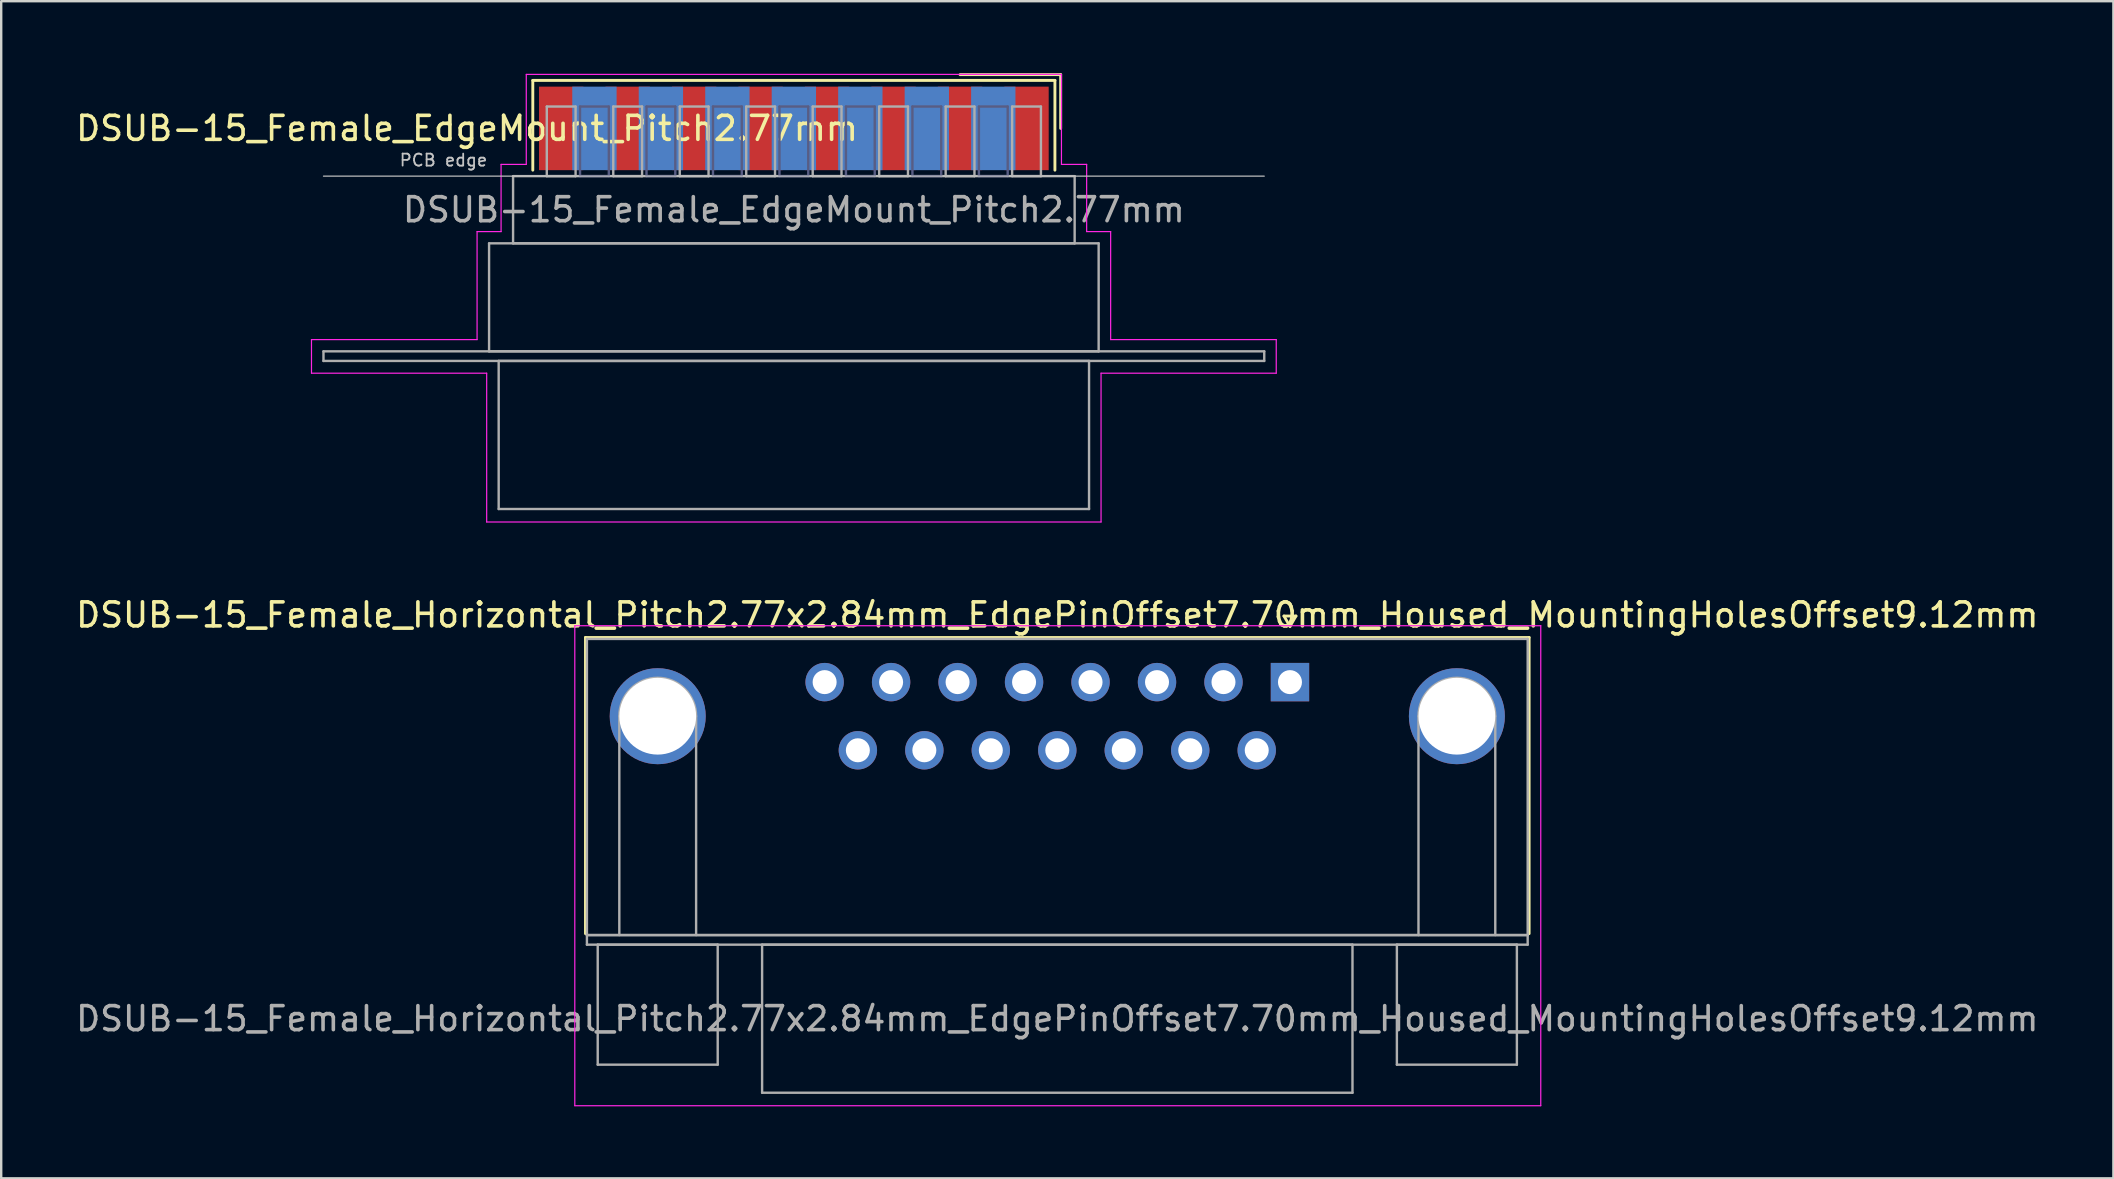
<source format=kicad_pcb>
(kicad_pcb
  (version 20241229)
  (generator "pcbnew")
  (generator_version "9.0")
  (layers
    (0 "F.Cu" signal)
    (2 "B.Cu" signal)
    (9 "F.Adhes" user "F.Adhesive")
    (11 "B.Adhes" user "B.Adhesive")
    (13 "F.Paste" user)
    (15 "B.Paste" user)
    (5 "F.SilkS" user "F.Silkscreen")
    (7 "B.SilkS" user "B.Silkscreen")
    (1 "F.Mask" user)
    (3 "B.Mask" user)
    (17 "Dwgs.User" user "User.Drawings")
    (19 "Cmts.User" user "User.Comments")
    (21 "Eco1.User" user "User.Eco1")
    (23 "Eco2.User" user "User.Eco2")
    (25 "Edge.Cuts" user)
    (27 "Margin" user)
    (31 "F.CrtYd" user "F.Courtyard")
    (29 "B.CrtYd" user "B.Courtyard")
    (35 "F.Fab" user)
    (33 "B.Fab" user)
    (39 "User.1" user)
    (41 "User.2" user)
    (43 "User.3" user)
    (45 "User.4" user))
  (footprint "DSUB-15_Female_Horizontal_Pitch2.77x2.84mm_EdgePinOffset7.70mm_Housed_MountingHolesOffset9.12mm"
    (layer "F.Cu")
    (at 50.701 25.373)
    (property "Reference" "DSUB-15_Female_Horizontal_Pitch2.77x2.84mm_EdgePinOffset7.70mm_Housed_MountingHolesOffset9.12mm" (at -9.695 -2.8 0) (layer "F.SilkS") (effects (font (size 1 1) (thickness 0.15))))
    (attr through_hole)
    (fp_line (start -29.355 -1.86) (end 9.965 -1.86) (stroke (width 0.12) (type solid)) (layer "F.SilkS"))
    (fp_line (start -29.355 10.48) (end -29.355 -1.86) (stroke (width 0.12) (type solid)) (layer "F.SilkS"))
    (fp_line (start -0.25 -2.754) (end 0.25 -2.754) (stroke (width 0.12) (type solid)) (layer "F.SilkS"))
    (fp_line (start 0 -2.321) (end -0.25 -2.754) (stroke (width 0.12) (type solid)) (layer "F.SilkS"))
    (fp_line (start 0.25 -2.754) (end 0 -2.321) (stroke (width 0.12) (type solid)) (layer "F.SilkS"))
    (fp_line (start 9.965 -1.86) (end 9.965 10.48) (stroke (width 0.12) (type solid)) (layer "F.SilkS"))
    (fp_line (start -29.8 -2.35) (end -29.8 17.65) (stroke (width 0.05) (type solid)) (layer "F.CrtYd"))
    (fp_line (start -29.8 17.65) (end 10.45 17.65) (stroke (width 0.05) (type solid)) (layer "F.CrtYd"))
    (fp_line (start 10.45 -2.35) (end -29.8 -2.35) (stroke (width 0.05) (type solid)) (layer "F.CrtYd"))
    (fp_line (start 10.45 17.65) (end 10.45 -2.35) (stroke (width 0.05) (type solid)) (layer "F.CrtYd"))
    (fp_line (start -29.295 -1.8) (end -29.295 10.54) (stroke (width 0.1) (type solid)) (layer "F.Fab"))
    (fp_line (start -29.295 10.54) (end -29.295 10.94) (stroke (width 0.1) (type solid)) (layer "F.Fab"))
    (fp_line (start -29.295 10.54) (end 9.905 10.54) (stroke (width 0.1) (type solid)) (layer "F.Fab"))
    (fp_line (start -29.295 10.94) (end 9.905 10.94) (stroke (width 0.1) (type solid)) (layer "F.Fab"))
    (fp_line (start -28.845 10.94) (end -28.845 15.94) (stroke (width 0.1) (type solid)) (layer "F.Fab"))
    (fp_line (start -28.845 15.94) (end -23.845 15.94) (stroke (width 0.1) (type solid)) (layer "F.Fab"))
    (fp_line (start -27.945 10.54) (end -27.945 1.42) (stroke (width 0.1) (type solid)) (layer "F.Fab"))
    (fp_line (start -24.745 10.54) (end -24.745 1.42) (stroke (width 0.1) (type solid)) (layer "F.Fab"))
    (fp_line (start -23.845 10.94) (end -28.845 10.94) (stroke (width 0.1) (type solid)) (layer "F.Fab"))
    (fp_line (start -23.845 15.94) (end -23.845 10.94) (stroke (width 0.1) (type solid)) (layer "F.Fab"))
    (fp_line (start -21.995 10.94) (end -21.995 17.11) (stroke (width 0.1) (type solid)) (layer "F.Fab"))
    (fp_line (start -21.995 17.11) (end 2.605 17.11) (stroke (width 0.1) (type solid)) (layer "F.Fab"))
    (fp_line (start 2.605 10.94) (end -21.995 10.94) (stroke (width 0.1) (type solid)) (layer "F.Fab"))
    (fp_line (start 2.605 17.11) (end 2.605 10.94) (stroke (width 0.1) (type solid)) (layer "F.Fab"))
    (fp_line (start 4.455 10.94) (end 4.455 15.94) (stroke (width 0.1) (type solid)) (layer "F.Fab"))
    (fp_line (start 4.455 15.94) (end 9.455 15.94) (stroke (width 0.1) (type solid)) (layer "F.Fab"))
    (fp_line (start 5.355 10.54) (end 5.355 1.42) (stroke (width 0.1) (type solid)) (layer "F.Fab"))
    (fp_line (start 8.555 10.54) (end 8.555 1.42) (stroke (width 0.1) (type solid)) (layer "F.Fab"))
    (fp_line (start 9.455 10.94) (end 4.455 10.94) (stroke (width 0.1) (type solid)) (layer "F.Fab"))
    (fp_line (start 9.455 15.94) (end 9.455 10.94) (stroke (width 0.1) (type solid)) (layer "F.Fab"))
    (fp_line (start 9.905 -1.8) (end -29.295 -1.8) (stroke (width 0.1) (type solid)) (layer "F.Fab"))
    (fp_line (start 9.905 10.54) (end -29.295 10.54) (stroke (width 0.1) (type solid)) (layer "F.Fab"))
    (fp_line (start 9.905 10.54) (end 9.905 -1.8) (stroke (width 0.1) (type solid)) (layer "F.Fab"))
    (fp_line (start 9.905 10.94) (end 9.905 10.54) (stroke (width 0.1) (type solid)) (layer "F.Fab"))
    (fp_arc (start -27.945 1.42) (mid -26.345 -0.18) (end -24.745 1.42) (stroke (width 0.1) (type solid)) (layer "F.Fab"))
    (fp_arc (start 5.355 1.42) (mid 6.955 -0.18) (end 8.555 1.42) (stroke (width 0.1) (type solid)) (layer "F.Fab"))
    (fp_text user "${REFERENCE}" (at -9.695 14.025 0) (layer "F.Fab") (effects (font (size 1 1) (thickness 0.15))))
    (pad "0" thru_hole circle (at -26.345 1.42) (size 4 4) (drill 3.2) (layers "*.Cu" "*.Mask"))
    (pad "0" thru_hole circle (at 6.955 1.42) (size 4 4) (drill 3.2) (layers "*.Cu" "*.Mask"))
    (pad "1" thru_hole rect (at 0 0) (size 1.6 1.6) (drill 1) (layers "*.Cu" "*.Mask"))
    (pad "2" thru_hole circle (at -2.77 0) (size 1.6 1.6) (drill 1) (layers "*.Cu" "*.Mask"))
    (pad "3" thru_hole circle (at -5.54 0) (size 1.6 1.6) (drill 1) (layers "*.Cu" "*.Mask"))
    (pad "4" thru_hole circle (at -8.31 0) (size 1.6 1.6) (drill 1) (layers "*.Cu" "*.Mask"))
    (pad "5" thru_hole circle (at -11.08 0) (size 1.6 1.6) (drill 1) (layers "*.Cu" "*.Mask"))
    (pad "6" thru_hole circle (at -13.85 0) (size 1.6 1.6) (drill 1) (layers "*.Cu" "*.Mask"))
    (pad "7" thru_hole circle (at -16.62 0) (size 1.6 1.6) (drill 1) (layers "*.Cu" "*.Mask"))
    (pad "8" thru_hole circle (at -19.39 0) (size 1.6 1.6) (drill 1) (layers "*.Cu" "*.Mask"))
    (pad "9" thru_hole circle (at -1.385 2.84) (size 1.6 1.6) (drill 1) (layers "*.Cu" "*.Mask"))
    (pad "10" thru_hole circle (at -4.155 2.84) (size 1.6 1.6) (drill 1) (layers "*.Cu" "*.Mask"))
    (pad "11" thru_hole circle (at -6.925 2.84) (size 1.6 1.6) (drill 1) (layers "*.Cu" "*.Mask"))
    (pad "12" thru_hole circle (at -9.695 2.84) (size 1.6 1.6) (drill 1) (layers "*.Cu" "*.Mask"))
    (pad "13" thru_hole circle (at -12.465 2.84) (size 1.6 1.6) (drill 1) (layers "*.Cu" "*.Mask"))
    (pad "14" thru_hole circle (at -15.235 2.84) (size 1.6 1.6) (drill 1) (layers "*.Cu" "*.Mask"))
    (pad "15" thru_hole circle (at -18.005 2.84) (size 1.6 1.6) (drill 1) (layers "*.Cu" "*.Mask")))
  (footprint "DSUB-15_Female_EdgeMount_Pitch2.77mm"
    (layer "F.Cu")
    (at 30.029 2.3)
    (property "Reference" "DSUB-15_Female_EdgeMount_Pitch2.77mm" (at -13.618 0 0) (layer "F.SilkS") (effects (font (size 1 1) (thickness 0.15))))
    (attr smd)
    (fp_line (start -10.878 -2) (end -10.878 1.74) (stroke (width 0.12) (type solid)) (layer "F.SilkS"))
    (fp_line (start 10.878 -2) (end -10.878 -2) (stroke (width 0.12) (type solid)) (layer "F.SilkS"))
    (fp_line (start 10.878 1.74) (end 10.878 -2) (stroke (width 0.12) (type solid)) (layer "F.SilkS"))
    (fp_line (start 11.118 -2.24) (end 6.925 -2.24) (stroke (width 0.12) (type solid)) (layer "F.SilkS"))
    (fp_line (start 11.118 0) (end 11.118 -2.24) (stroke (width 0.12) (type solid)) (layer "F.SilkS"))
    (fp_line (start -19.6 1.99) (end 19.6 1.99) (stroke (width 0.05) (type solid)) (layer "Dwgs.User"))
    (fp_line (start -20.1 8.8) (end -13.2 8.8) (stroke (width 0.05) (type solid)) (layer "F.CrtYd"))
    (fp_line (start -20.1 10.2) (end -20.1 8.8) (stroke (width 0.05) (type solid)) (layer "F.CrtYd"))
    (fp_line (start -13.2 4.3) (end -12.2 4.3) (stroke (width 0.05) (type solid)) (layer "F.CrtYd"))
    (fp_line (start -13.2 8.8) (end -13.2 4.3) (stroke (width 0.05) (type solid)) (layer "F.CrtYd"))
    (fp_line (start -12.8 10.2) (end -20.1 10.2) (stroke (width 0.05) (type solid)) (layer "F.CrtYd"))
    (fp_line (start -12.8 16.4) (end -12.8 10.2) (stroke (width 0.05) (type solid)) (layer "F.CrtYd"))
    (fp_line (start -12.2 1.5) (end -11.15 1.5) (stroke (width 0.05) (type solid)) (layer "F.CrtYd"))
    (fp_line (start -12.2 4.3) (end -12.2 1.5) (stroke (width 0.05) (type solid)) (layer "F.CrtYd"))
    (fp_line (start -11.15 -2.25) (end 11.15 -2.25) (stroke (width 0.05) (type solid)) (layer "F.CrtYd"))
    (fp_line (start -11.15 1.5) (end -11.15 -2.25) (stroke (width 0.05) (type solid)) (layer "F.CrtYd"))
    (fp_line (start 11.15 -2.25) (end 11.15 1.5) (stroke (width 0.05) (type solid)) (layer "F.CrtYd"))
    (fp_line (start 11.15 1.5) (end 12.2 1.5) (stroke (width 0.05) (type solid)) (layer "F.CrtYd"))
    (fp_line (start 12.2 1.5) (end 12.2 4.3) (stroke (width 0.05) (type solid)) (layer "F.CrtYd"))
    (fp_line (start 12.2 4.3) (end 13.2 4.3) (stroke (width 0.05) (type solid)) (layer "F.CrtYd"))
    (fp_line (start 12.8 10.2) (end 12.8 16.4) (stroke (width 0.05) (type solid)) (layer "F.CrtYd"))
    (fp_line (start 12.8 16.4) (end -12.8 16.4) (stroke (width 0.05) (type solid)) (layer "F.CrtYd"))
    (fp_line (start 13.2 4.3) (end 13.2 8.8) (stroke (width 0.05) (type solid)) (layer "F.CrtYd"))
    (fp_line (start 13.2 8.8) (end 20.1 8.8) (stroke (width 0.05) (type solid)) (layer "F.CrtYd"))
    (fp_line (start 20.1 8.8) (end 20.1 10.2) (stroke (width 0.05) (type solid)) (layer "F.CrtYd"))
    (fp_line (start 20.1 10.2) (end 12.8 10.2) (stroke (width 0.05) (type solid)) (layer "F.CrtYd"))
    (fp_line (start -8.91 -0.91) (end -8.91 1.99) (stroke (width 0.1) (type solid)) (layer "B.Fab"))
    (fp_line (start -8.91 1.99) (end -7.71 1.99) (stroke (width 0.1) (type solid)) (layer "B.Fab"))
    (fp_line (start -7.71 -0.91) (end -8.91 -0.91) (stroke (width 0.1) (type solid)) (layer "B.Fab"))
    (fp_line (start -7.71 1.99) (end -7.71 -0.91) (stroke (width 0.1) (type solid)) (layer "B.Fab"))
    (fp_line (start -6.14 -0.91) (end -6.14 1.99) (stroke (width 0.1) (type solid)) (layer "B.Fab"))
    (fp_line (start -6.14 1.99) (end -4.94 1.99) (stroke (width 0.1) (type solid)) (layer "B.Fab"))
    (fp_line (start -4.94 -0.91) (end -6.14 -0.91) (stroke (width 0.1) (type solid)) (layer "B.Fab"))
    (fp_line (start -4.94 1.99) (end -4.94 -0.91) (stroke (width 0.1) (type solid)) (layer "B.Fab"))
    (fp_line (start -3.37 -0.91) (end -3.37 1.99) (stroke (width 0.1) (type solid)) (layer "B.Fab"))
    (fp_line (start -3.37 1.99) (end -2.17 1.99) (stroke (width 0.1) (type solid)) (layer "B.Fab"))
    (fp_line (start -2.17 -0.91) (end -3.37 -0.91) (stroke (width 0.1) (type solid)) (layer "B.Fab"))
    (fp_line (start -2.17 1.99) (end -2.17 -0.91) (stroke (width 0.1) (type solid)) (layer "B.Fab"))
    (fp_line (start -0.6 -0.91) (end -0.6 1.99) (stroke (width 0.1) (type solid)) (layer "B.Fab"))
    (fp_line (start -0.6 1.99) (end 0.6 1.99) (stroke (width 0.1) (type solid)) (layer "B.Fab"))
    (fp_line (start 0.6 -0.91) (end -0.6 -0.91) (stroke (width 0.1) (type solid)) (layer "B.Fab"))
    (fp_line (start 0.6 1.99) (end 0.6 -0.91) (stroke (width 0.1) (type solid)) (layer "B.Fab"))
    (fp_line (start 2.17 -0.91) (end 2.17 1.99) (stroke (width 0.1) (type solid)) (layer "B.Fab"))
    (fp_line (start 2.17 1.99) (end 3.37 1.99) (stroke (width 0.1) (type solid)) (layer "B.Fab"))
    (fp_line (start 3.37 -0.91) (end 2.17 -0.91) (stroke (width 0.1) (type solid)) (layer "B.Fab"))
    (fp_line (start 3.37 1.99) (end 3.37 -0.91) (stroke (width 0.1) (type solid)) (layer "B.Fab"))
    (fp_line (start 4.94 -0.91) (end 4.94 1.99) (stroke (width 0.1) (type solid)) (layer "B.Fab"))
    (fp_line (start 4.94 1.99) (end 6.14 1.99) (stroke (width 0.1) (type solid)) (layer "B.Fab"))
    (fp_line (start 6.14 -0.91) (end 4.94 -0.91) (stroke (width 0.1) (type solid)) (layer "B.Fab"))
    (fp_line (start 6.14 1.99) (end 6.14 -0.91) (stroke (width 0.1) (type solid)) (layer "B.Fab"))
    (fp_line (start 7.71 -0.91) (end 7.71 1.99) (stroke (width 0.1) (type solid)) (layer "B.Fab"))
    (fp_line (start 7.71 1.99) (end 8.91 1.99) (stroke (width 0.1) (type solid)) (layer "B.Fab"))
    (fp_line (start 8.91 -0.91) (end 7.71 -0.91) (stroke (width 0.1) (type solid)) (layer "B.Fab"))
    (fp_line (start 8.91 1.99) (end 8.91 -0.91) (stroke (width 0.1) (type solid)) (layer "B.Fab"))
    (fp_line (start -19.6 9.29) (end -19.6 9.69) (stroke (width 0.1) (type solid)) (layer "F.Fab"))
    (fp_line (start -19.6 9.69) (end 19.6 9.69) (stroke (width 0.1) (type solid)) (layer "F.Fab"))
    (fp_line (start -12.7 4.79) (end -12.7 9.29) (stroke (width 0.1) (type solid)) (layer "F.Fab"))
    (fp_line (start -12.7 9.29) (end 12.7 9.29) (stroke (width 0.1) (type solid)) (layer "F.Fab"))
    (fp_line (start -12.3 9.69) (end -12.3 15.86) (stroke (width 0.1) (type solid)) (layer "F.Fab"))
    (fp_line (start -12.3 15.86) (end 12.3 15.86) (stroke (width 0.1) (type solid)) (layer "F.Fab"))
    (fp_line (start -11.7 1.99) (end -11.7 4.79) (stroke (width 0.1) (type solid)) (layer "F.Fab"))
    (fp_line (start -11.7 4.79) (end 11.7 4.79) (stroke (width 0.1) (type solid)) (layer "F.Fab"))
    (fp_line (start -10.295 -0.91) (end -10.295 1.99) (stroke (width 0.1) (type solid)) (layer "F.Fab"))
    (fp_line (start -10.295 1.99) (end -9.095 1.99) (stroke (width 0.1) (type solid)) (layer "F.Fab"))
    (fp_line (start -9.095 -0.91) (end -10.295 -0.91) (stroke (width 0.1) (type solid)) (layer "F.Fab"))
    (fp_line (start -9.095 1.99) (end -9.095 -0.91) (stroke (width 0.1) (type solid)) (layer "F.Fab"))
    (fp_line (start -7.525 -0.91) (end -7.525 1.99) (stroke (width 0.1) (type solid)) (layer "F.Fab"))
    (fp_line (start -7.525 1.99) (end -6.325 1.99) (stroke (width 0.1) (type solid)) (layer "F.Fab"))
    (fp_line (start -6.325 -0.91) (end -7.525 -0.91) (stroke (width 0.1) (type solid)) (layer "F.Fab"))
    (fp_line (start -6.325 1.99) (end -6.325 -0.91) (stroke (width 0.1) (type solid)) (layer "F.Fab"))
    (fp_line (start -4.755 -0.91) (end -4.755 1.99) (stroke (width 0.1) (type solid)) (layer "F.Fab"))
    (fp_line (start -4.755 1.99) (end -3.555 1.99) (stroke (width 0.1) (type solid)) (layer "F.Fab"))
    (fp_line (start -3.555 -0.91) (end -4.755 -0.91) (stroke (width 0.1) (type solid)) (layer "F.Fab"))
    (fp_line (start -3.555 1.99) (end -3.555 -0.91) (stroke (width 0.1) (type solid)) (layer "F.Fab"))
    (fp_line (start -1.985 -0.91) (end -1.985 1.99) (stroke (width 0.1) (type solid)) (layer "F.Fab"))
    (fp_line (start -1.985 1.99) (end -0.785 1.99) (stroke (width 0.1) (type solid)) (layer "F.Fab"))
    (fp_line (start -0.785 -0.91) (end -1.985 -0.91) (stroke (width 0.1) (type solid)) (layer "F.Fab"))
    (fp_line (start -0.785 1.99) (end -0.785 -0.91) (stroke (width 0.1) (type solid)) (layer "F.Fab"))
    (fp_line (start 0.785 -0.91) (end 0.785 1.99) (stroke (width 0.1) (type solid)) (layer "F.Fab"))
    (fp_line (start 0.785 1.99) (end 1.985 1.99) (stroke (width 0.1) (type solid)) (layer "F.Fab"))
    (fp_line (start 1.985 -0.91) (end 0.785 -0.91) (stroke (width 0.1) (type solid)) (layer "F.Fab"))
    (fp_line (start 1.985 1.99) (end 1.985 -0.91) (stroke (width 0.1) (type solid)) (layer "F.Fab"))
    (fp_line (start 3.555 -0.91) (end 3.555 1.99) (stroke (width 0.1) (type solid)) (layer "F.Fab"))
    (fp_line (start 3.555 1.99) (end 4.755 1.99) (stroke (width 0.1) (type solid)) (layer "F.Fab"))
    (fp_line (start 4.755 -0.91) (end 3.555 -0.91) (stroke (width 0.1) (type solid)) (layer "F.Fab"))
    (fp_line (start 4.755 1.99) (end 4.755 -0.91) (stroke (width 0.1) (type solid)) (layer "F.Fab"))
    (fp_line (start 6.325 -0.91) (end 6.325 1.99) (stroke (width 0.1) (type solid)) (layer "F.Fab"))
    (fp_line (start 6.325 1.99) (end 7.525 1.99) (stroke (width 0.1) (type solid)) (layer "F.Fab"))
    (fp_line (start 7.525 -0.91) (end 6.325 -0.91) (stroke (width 0.1) (type solid)) (layer "F.Fab"))
    (fp_line (start 7.525 1.99) (end 7.525 -0.91) (stroke (width 0.1) (type solid)) (layer "F.Fab"))
    (fp_line (start 9.095 -0.91) (end 9.095 1.99) (stroke (width 0.1) (type solid)) (layer "F.Fab"))
    (fp_line (start 9.095 1.99) (end 10.295 1.99) (stroke (width 0.1) (type solid)) (layer "F.Fab"))
    (fp_line (start 10.295 -0.91) (end 9.095 -0.91) (stroke (width 0.1) (type solid)) (layer "F.Fab"))
    (fp_line (start 10.295 1.99) (end 10.295 -0.91) (stroke (width 0.1) (type solid)) (layer "F.Fab"))
    (fp_line (start 11.7 1.99) (end -11.7 1.99) (stroke (width 0.1) (type solid)) (layer "F.Fab"))
    (fp_line (start 11.7 4.79) (end 11.7 1.99) (stroke (width 0.1) (type solid)) (layer "F.Fab"))
    (fp_line (start 12.3 9.69) (end -12.3 9.69) (stroke (width 0.1) (type solid)) (layer "F.Fab"))
    (fp_line (start 12.3 15.86) (end 12.3 9.69) (stroke (width 0.1) (type solid)) (layer "F.Fab"))
    (fp_line (start 12.7 4.79) (end -12.7 4.79) (stroke (width 0.1) (type solid)) (layer "F.Fab"))
    (fp_line (start 12.7 9.29) (end 12.7 4.79) (stroke (width 0.1) (type solid)) (layer "F.Fab"))
    (fp_line (start 19.6 9.29) (end -19.6 9.29) (stroke (width 0.1) (type solid)) (layer "F.Fab"))
    (fp_line (start 19.6 9.69) (end 19.6 9.29) (stroke (width 0.1) (type solid)) (layer "F.Fab"))
    (fp_text user "PCB edge" (at -14.6 1.323 0) (layer "Dwgs.User") (effects (font (size 0.5 0.5) (thickness 0.075))))
    (fp_text user "${REFERENCE}" (at 0 3.39 0) (layer "F.Fab") (effects (font (size 1 1) (thickness 0.15))))
    (pad "1" smd rect (at 9.695 0) (size 1.847 3.48) (layers "F.Cu" "F.Mask" "F.Paste"))
    (pad "2" smd rect (at 6.925 0) (size 1.847 3.48) (layers "F.Cu" "F.Mask" "F.Paste"))
    (pad "3" smd rect (at 4.155 0) (size 1.847 3.48) (layers "F.Cu" "F.Mask" "F.Paste"))
    (pad "4" smd rect (at 1.385 0) (size 1.847 3.48) (layers "F.Cu" "F.Mask" "F.Paste"))
    (pad "5" smd rect (at -1.385 0) (size 1.847 3.48) (layers "F.Cu" "F.Mask" "F.Paste"))
    (pad "6" smd rect (at -4.155 0) (size 1.847 3.48) (layers "F.Cu" "F.Mask" "F.Paste"))
    (pad "7" smd rect (at -6.925 0) (size 1.847 3.48) (layers "F.Cu" "F.Mask" "F.Paste"))
    (pad "8" smd rect (at -9.695 0) (size 1.847 3.48) (layers "F.Cu" "F.Mask" "F.Paste"))
    (pad "9" smd rect (at 8.31 0) (size 1.847 3.48) (layers "B.Cu" "B.Mask" "B.Paste"))
    (pad "10" smd rect (at 5.54 0) (size 1.847 3.48) (layers "B.Cu" "B.Mask" "B.Paste"))
    (pad "11" smd rect (at 2.77 0) (size 1.847 3.48) (layers "B.Cu" "B.Mask" "B.Paste"))
    (pad "12" smd rect (at 0 0) (size 1.847 3.48) (layers "B.Cu" "B.Mask" "B.Paste"))
    (pad "13" smd rect (at -2.77 0) (size 1.847 3.48) (layers "B.Cu" "B.Mask" "B.Paste"))
    (pad "14" smd rect (at -5.54 0) (size 1.847 3.48) (layers "B.Cu" "B.Mask" "B.Paste"))
    (pad "15" smd rect (at -8.31 0) (size 1.847 3.48) (layers "B.Cu" "B.Mask" "B.Paste")))
  (gr_rect
    (start -3 -3)
    (end 85.012 46.048)
    (stroke (width 0.1) (type default))
    (fill no)
    (layer "Edge.Cuts")))
</source>
